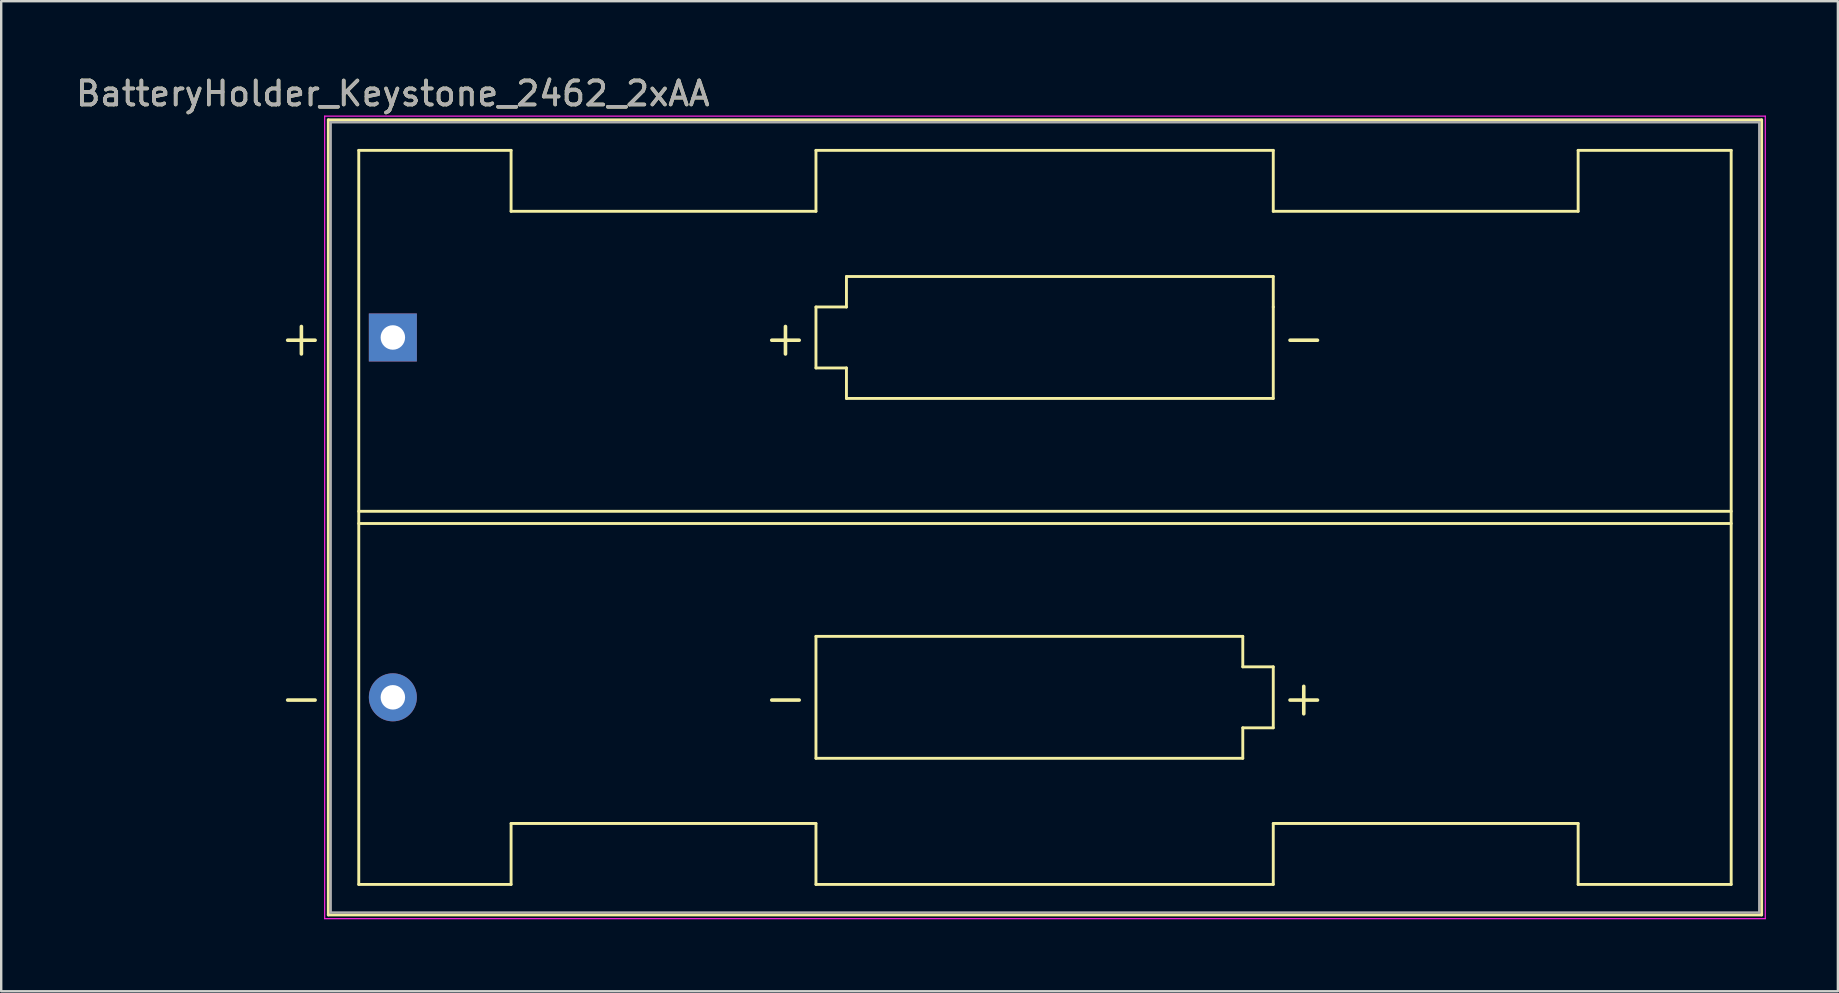
<source format=kicad_pcb>
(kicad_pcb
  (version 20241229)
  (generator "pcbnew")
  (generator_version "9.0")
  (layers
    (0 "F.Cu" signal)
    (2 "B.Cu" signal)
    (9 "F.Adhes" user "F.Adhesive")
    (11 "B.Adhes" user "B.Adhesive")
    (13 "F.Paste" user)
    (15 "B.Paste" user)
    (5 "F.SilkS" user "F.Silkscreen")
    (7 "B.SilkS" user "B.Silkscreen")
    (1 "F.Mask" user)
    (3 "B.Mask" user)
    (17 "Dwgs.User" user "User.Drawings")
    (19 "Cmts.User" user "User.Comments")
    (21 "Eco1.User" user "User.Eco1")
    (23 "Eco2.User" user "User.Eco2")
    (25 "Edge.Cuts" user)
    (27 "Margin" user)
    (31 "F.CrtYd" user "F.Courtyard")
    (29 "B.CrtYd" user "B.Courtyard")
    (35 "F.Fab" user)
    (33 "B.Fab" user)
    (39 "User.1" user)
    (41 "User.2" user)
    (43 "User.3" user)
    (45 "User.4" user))
  (footprint "BatteryHolder_Keystone_2462_2xAA"
    (layer "F.Cu")
    (at 13.315 11.008)
    (property "Reference" "BatteryHolder_Keystone_2462_2xAA" (at 0 -10.16 180) (layer "F.SilkS") (effects (font (size 1 1) (thickness 0.15))))
    (attr through_hole)
    (fp_line (start -2.69 -9.065) (end -2.69 24.055) (stroke (width 0.12) (type solid)) (layer "F.SilkS"))
    (fp_line (start -2.69 24.055) (end 57.02 24.055) (stroke (width 0.12) (type solid)) (layer "F.SilkS"))
    (fp_line (start -1.42 -7.795) (end -1.42 22.785) (stroke (width 0.12) (type solid)) (layer "F.SilkS"))
    (fp_line (start -1.42 7.241) (end 55.75 7.241) (stroke (width 0.12) (type solid)) (layer "F.SilkS"))
    (fp_line (start -1.42 22.785) (end 4.925 22.785) (stroke (width 0.12) (type solid)) (layer "F.SilkS"))
    (fp_line (start 4.925 -7.795) (end -1.42 -7.795) (stroke (width 0.12) (type solid)) (layer "F.SilkS"))
    (fp_line (start 4.925 -5.255) (end 4.925 -7.795) (stroke (width 0.12) (type solid)) (layer "F.SilkS"))
    (fp_line (start 4.925 -5.255) (end 17.625 -5.255) (stroke (width 0.12) (type solid)) (layer "F.SilkS"))
    (fp_line (start 4.925 20.245) (end 17.625 20.245) (stroke (width 0.12) (type solid)) (layer "F.SilkS"))
    (fp_line (start 4.925 22.785) (end 4.925 20.245) (stroke (width 0.12) (type solid)) (layer "F.SilkS"))
    (fp_line (start 17.625 -7.795) (end 17.625 -5.255) (stroke (width 0.12) (type solid)) (layer "F.SilkS"))
    (fp_line (start 17.625 -1.27) (end 18.895 -1.27) (stroke (width 0.12) (type solid)) (layer "F.SilkS"))
    (fp_line (start 17.625 1.27) (end 17.625 -1.27) (stroke (width 0.12) (type solid)) (layer "F.SilkS"))
    (fp_line (start 17.625 12.45) (end 35.405 12.45) (stroke (width 0.12) (type solid)) (layer "F.SilkS"))
    (fp_line (start 17.625 17.53) (end 17.625 12.45) (stroke (width 0.12) (type solid)) (layer "F.SilkS"))
    (fp_line (start 17.625 20.245) (end 17.625 22.785) (stroke (width 0.12) (type solid)) (layer "F.SilkS"))
    (fp_line (start 17.625 22.785) (end 36.675 22.785) (stroke (width 0.12) (type solid)) (layer "F.SilkS"))
    (fp_line (start 18.895 -2.54) (end 36.675 -2.54) (stroke (width 0.12) (type solid)) (layer "F.SilkS"))
    (fp_line (start 18.895 -1.27) (end 18.895 -2.54) (stroke (width 0.12) (type solid)) (layer "F.SilkS"))
    (fp_line (start 18.895 1.27) (end 17.625 1.27) (stroke (width 0.12) (type solid)) (layer "F.SilkS"))
    (fp_line (start 18.895 2.54) (end 18.895 1.27) (stroke (width 0.12) (type solid)) (layer "F.SilkS"))
    (fp_line (start 35.405 12.45) (end 35.405 13.72) (stroke (width 0.12) (type solid)) (layer "F.SilkS"))
    (fp_line (start 35.405 13.72) (end 36.675 13.72) (stroke (width 0.12) (type solid)) (layer "F.SilkS"))
    (fp_line (start 35.405 16.26) (end 35.405 17.53) (stroke (width 0.12) (type solid)) (layer "F.SilkS"))
    (fp_line (start 35.405 17.53) (end 17.625 17.53) (stroke (width 0.12) (type solid)) (layer "F.SilkS"))
    (fp_line (start 36.675 -7.795) (end 17.625 -7.795) (stroke (width 0.12) (type solid)) (layer "F.SilkS"))
    (fp_line (start 36.675 -5.255) (end 36.675 -7.795) (stroke (width 0.12) (type solid)) (layer "F.SilkS"))
    (fp_line (start 36.675 -2.54) (end 36.675 -1.27) (stroke (width 0.12) (type solid)) (layer "F.SilkS"))
    (fp_line (start 36.675 -1.27) (end 36.675 2.54) (stroke (width 0.12) (type solid)) (layer "F.SilkS"))
    (fp_line (start 36.675 2.54) (end 18.895 2.54) (stroke (width 0.12) (type solid)) (layer "F.SilkS"))
    (fp_line (start 36.675 13.72) (end 36.675 16.26) (stroke (width 0.12) (type solid)) (layer "F.SilkS"))
    (fp_line (start 36.675 16.26) (end 35.405 16.26) (stroke (width 0.12) (type solid)) (layer "F.SilkS"))
    (fp_line (start 36.675 22.785) (end 36.675 20.245) (stroke (width 0.12) (type solid)) (layer "F.SilkS"))
    (fp_line (start 49.375 -7.795) (end 49.375 -5.255) (stroke (width 0.12) (type solid)) (layer "F.SilkS"))
    (fp_line (start 49.375 -5.255) (end 36.675 -5.255) (stroke (width 0.12) (type solid)) (layer "F.SilkS"))
    (fp_line (start 49.375 20.245) (end 36.675 20.245) (stroke (width 0.12) (type solid)) (layer "F.SilkS"))
    (fp_line (start 49.375 22.785) (end 49.375 20.245) (stroke (width 0.12) (type solid)) (layer "F.SilkS"))
    (fp_line (start 55.75 -7.795) (end 49.375 -7.795) (stroke (width 0.12) (type solid)) (layer "F.SilkS"))
    (fp_line (start 55.75 -7.795) (end 55.75 22.785) (stroke (width 0.12) (type solid)) (layer "F.SilkS"))
    (fp_line (start 55.75 7.749) (end -1.42 7.749) (stroke (width 0.12) (type solid)) (layer "F.SilkS"))
    (fp_line (start 55.75 22.785) (end 49.375 22.785) (stroke (width 0.12) (type solid)) (layer "F.SilkS"))
    (fp_line (start 57.02 -9.065) (end -2.69 -9.065) (stroke (width 0.12) (type solid)) (layer "F.SilkS"))
    (fp_line (start 57.02 24.055) (end 57.02 -9.065) (stroke (width 0.12) (type solid)) (layer "F.SilkS"))
    (fp_line (start -2.84 -9.22) (end -2.84 24.21) (stroke (width 0.05) (type solid)) (layer "F.CrtYd"))
    (fp_line (start -2.84 24.21) (end 57.17 24.21) (stroke (width 0.05) (type solid)) (layer "F.CrtYd"))
    (fp_line (start 57.17 -9.22) (end -2.84 -9.22) (stroke (width 0.05) (type solid)) (layer "F.CrtYd"))
    (fp_line (start 57.17 24.21) (end 57.17 -9.22) (stroke (width 0.05) (type solid)) (layer "F.CrtYd"))
    (fp_line (start -2.59 -8.965) (end 56.92 -8.965) (stroke (width 0.1) (type solid)) (layer "F.Fab"))
    (fp_line (start -2.59 23.955) (end -2.59 -8.965) (stroke (width 0.1) (type solid)) (layer "F.Fab"))
    (fp_line (start -2.59 23.955) (end 56.92 23.955) (stroke (width 0.1) (type solid)) (layer "F.Fab"))
    (fp_line (start 56.92 23.955) (end 56.92 -8.965) (stroke (width 0.1) (type solid)) (layer "F.Fab"))
    (fp_text user "+" (at 16.355 0 0) (layer "F.SilkS") (effects (font (size 1.5 1.5) (thickness 0.15))))
    (fp_text user "-" (at -3.81 14.99 0) (layer "F.SilkS") (effects (font (size 1.5 1.5) (thickness 0.15))))
    (fp_text user "+" (at 37.945 14.99 0) (layer "F.SilkS") (effects (font (size 1.5 1.5) (thickness 0.15))))
    (fp_text user "-" (at 16.355 14.99 0) (layer "F.SilkS") (effects (font (size 1.5 1.5) (thickness 0.15))))
    (fp_text user "-" (at 37.945 0 0) (layer "F.SilkS") (effects (font (size 1.5 1.5) (thickness 0.15))))
    (fp_text user "+" (at -3.81 0 0) (layer "F.SilkS") (effects (font (size 1.5 1.5) (thickness 0.15))))
    (fp_text user "${REFERENCE}" (at 0 -10.16 0) (layer "F.Fab") (effects (font (size 1 1) (thickness 0.15))))
    (pad "1" thru_hole rect (at 0 0) (size 2 2) (drill 1.02) (layers "*.Cu" "*.Mask"))
    (pad "2" thru_hole circle (at 0 14.99) (size 2 2) (drill 1.02) (layers "*.Cu" "*.Mask")))
  (gr_rect
    (start -3 -3)
    (end 73.51 38.243)
    (stroke (width 0.1) (type default))
    (fill no)
    (layer "Edge.Cuts")))
</source>
